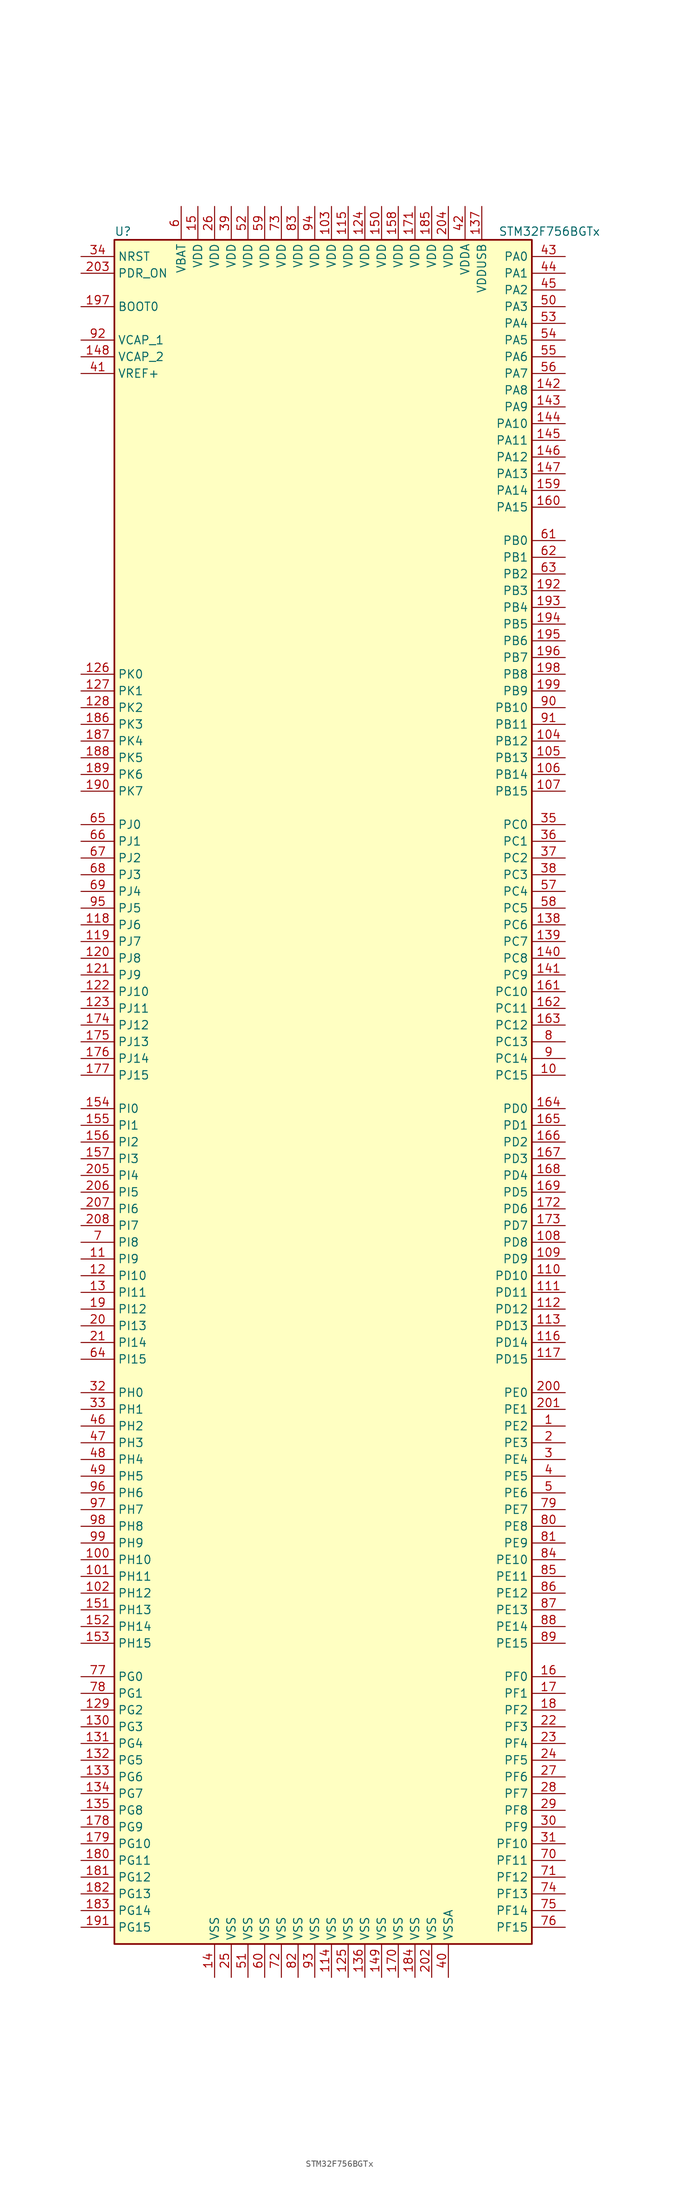
<source format=kicad_sym>
(kicad_symbol_lib
  (version 20201005)
  (generator kicad_symbol_editor)
  (symbol "STM32F756BGTx"
    (property "Reference" "U"
      (at -33.02 130.81 0)
      (effects (font (size 1.27 1.27)) (justify left)))
    (property "Value" "STM32F756BGTx"
      (at 25.4 130.81 0)
      (effects (font (size 1.27 1.27)) (justify left)))
    (symbol "STM32F756BGTx_0_1"
      (rectangle (start -33.02 -129.54) (end 30.48 129.54) (stroke (width 0.254)) (fill (type background))))
    (symbol "STM32F756BGTx_1_1"
      (pin bidirectional line (at 35.56 -50.8 180) (length 5.08) (name "PE2" (effects (font (size 1.27 1.27)))) (number "1" (effects (font (size 1.27 1.27)))))
      (pin bidirectional line (at 35.56 2.54 180) (length 5.08) (name "PC15" (effects (font (size 1.27 1.27)))) (number "10" (effects (font (size 1.27 1.27)))))
      (pin bidirectional line (at -38.1 -71.12 0) (length 5.08) (name "PH10" (effects (font (size 1.27 1.27)))) (number "100" (effects (font (size 1.27 1.27)))))
      (pin bidirectional line (at -38.1 -73.66 0) (length 5.08) (name "PH11" (effects (font (size 1.27 1.27)))) (number "101" (effects (font (size 1.27 1.27)))))
      (pin bidirectional line (at -38.1 -76.2 0) (length 5.08) (name "PH12" (effects (font (size 1.27 1.27)))) (number "102" (effects (font (size 1.27 1.27)))))
      (pin power_in line (at 0 134.62 270) (length 5.08) (name "VDD" (effects (font (size 1.27 1.27)))) (number "103" (effects (font (size 1.27 1.27)))))
      (pin bidirectional line (at 35.56 53.34 180) (length 5.08) (name "PB12" (effects (font (size 1.27 1.27)))) (number "104" (effects (font (size 1.27 1.27)))))
      (pin bidirectional line (at 35.56 50.8 180) (length 5.08) (name "PB13" (effects (font (size 1.27 1.27)))) (number "105" (effects (font (size 1.27 1.27)))))
      (pin bidirectional line (at 35.56 48.26 180) (length 5.08) (name "PB14" (effects (font (size 1.27 1.27)))) (number "106" (effects (font (size 1.27 1.27)))))
      (pin bidirectional line (at 35.56 45.72 180) (length 5.08) (name "PB15" (effects (font (size 1.27 1.27)))) (number "107" (effects (font (size 1.27 1.27)))))
      (pin bidirectional line (at 35.56 -22.86 180) (length 5.08) (name "PD8" (effects (font (size 1.27 1.27)))) (number "108" (effects (font (size 1.27 1.27)))))
      (pin bidirectional line (at 35.56 -25.4 180) (length 5.08) (name "PD9" (effects (font (size 1.27 1.27)))) (number "109" (effects (font (size 1.27 1.27)))))
      (pin bidirectional line (at -38.1 -25.4 0) (length 5.08) (name "PI9" (effects (font (size 1.27 1.27)))) (number "11" (effects (font (size 1.27 1.27)))))
      (pin bidirectional line (at 35.56 -27.94 180) (length 5.08) (name "PD10" (effects (font (size 1.27 1.27)))) (number "110" (effects (font (size 1.27 1.27)))))
      (pin bidirectional line (at 35.56 -30.48 180) (length 5.08) (name "PD11" (effects (font (size 1.27 1.27)))) (number "111" (effects (font (size 1.27 1.27)))))
      (pin bidirectional line (at 35.56 -33.02 180) (length 5.08) (name "PD12" (effects (font (size 1.27 1.27)))) (number "112" (effects (font (size 1.27 1.27)))))
      (pin bidirectional line (at 35.56 -35.56 180) (length 5.08) (name "PD13" (effects (font (size 1.27 1.27)))) (number "113" (effects (font (size 1.27 1.27)))))
      (pin power_in line (at 0 -134.62 90) (length 5.08) (name "VSS" (effects (font (size 1.27 1.27)))) (number "114" (effects (font (size 1.27 1.27)))))
      (pin power_in line (at 2.54 134.62 270) (length 5.08) (name "VDD" (effects (font (size 1.27 1.27)))) (number "115" (effects (font (size 1.27 1.27)))))
      (pin bidirectional line (at 35.56 -38.1 180) (length 5.08) (name "PD14" (effects (font (size 1.27 1.27)))) (number "116" (effects (font (size 1.27 1.27)))))
      (pin bidirectional line (at 35.56 -40.64 180) (length 5.08) (name "PD15" (effects (font (size 1.27 1.27)))) (number "117" (effects (font (size 1.27 1.27)))))
      (pin bidirectional line (at -38.1 25.4 0) (length 5.08) (name "PJ6" (effects (font (size 1.27 1.27)))) (number "118" (effects (font (size 1.27 1.27)))))
      (pin bidirectional line (at -38.1 22.86 0) (length 5.08) (name "PJ7" (effects (font (size 1.27 1.27)))) (number "119" (effects (font (size 1.27 1.27)))))
      (pin bidirectional line (at -38.1 -27.94 0) (length 5.08) (name "PI10" (effects (font (size 1.27 1.27)))) (number "12" (effects (font (size 1.27 1.27)))))
      (pin bidirectional line (at -38.1 20.32 0) (length 5.08) (name "PJ8" (effects (font (size 1.27 1.27)))) (number "120" (effects (font (size 1.27 1.27)))))
      (pin bidirectional line (at -38.1 17.78 0) (length 5.08) (name "PJ9" (effects (font (size 1.27 1.27)))) (number "121" (effects (font (size 1.27 1.27)))))
      (pin bidirectional line (at -38.1 15.24 0) (length 5.08) (name "PJ10" (effects (font (size 1.27 1.27)))) (number "122" (effects (font (size 1.27 1.27)))))
      (pin bidirectional line (at -38.1 12.7 0) (length 5.08) (name "PJ11" (effects (font (size 1.27 1.27)))) (number "123" (effects (font (size 1.27 1.27)))))
      (pin power_in line (at 5.08 134.62 270) (length 5.08) (name "VDD" (effects (font (size 1.27 1.27)))) (number "124" (effects (font (size 1.27 1.27)))))
      (pin power_in line (at 2.54 -134.62 90) (length 5.08) (name "VSS" (effects (font (size 1.27 1.27)))) (number "125" (effects (font (size 1.27 1.27)))))
      (pin bidirectional line (at -38.1 63.5 0) (length 5.08) (name "PK0" (effects (font (size 1.27 1.27)))) (number "126" (effects (font (size 1.27 1.27)))))
      (pin bidirectional line (at -38.1 60.96 0) (length 5.08) (name "PK1" (effects (font (size 1.27 1.27)))) (number "127" (effects (font (size 1.27 1.27)))))
      (pin bidirectional line (at -38.1 58.42 0) (length 5.08) (name "PK2" (effects (font (size 1.27 1.27)))) (number "128" (effects (font (size 1.27 1.27)))))
      (pin bidirectional line (at -38.1 -93.98 0) (length 5.08) (name "PG2" (effects (font (size 1.27 1.27)))) (number "129" (effects (font (size 1.27 1.27)))))
      (pin bidirectional line (at -38.1 -30.48 0) (length 5.08) (name "PI11" (effects (font (size 1.27 1.27)))) (number "13" (effects (font (size 1.27 1.27)))))
      (pin bidirectional line (at -38.1 -96.52 0) (length 5.08) (name "PG3" (effects (font (size 1.27 1.27)))) (number "130" (effects (font (size 1.27 1.27)))))
      (pin bidirectional line (at -38.1 -99.06 0) (length 5.08) (name "PG4" (effects (font (size 1.27 1.27)))) (number "131" (effects (font (size 1.27 1.27)))))
      (pin bidirectional line (at -38.1 -101.6 0) (length 5.08) (name "PG5" (effects (font (size 1.27 1.27)))) (number "132" (effects (font (size 1.27 1.27)))))
      (pin bidirectional line (at -38.1 -104.14 0) (length 5.08) (name "PG6" (effects (font (size 1.27 1.27)))) (number "133" (effects (font (size 1.27 1.27)))))
      (pin bidirectional line (at -38.1 -106.68 0) (length 5.08) (name "PG7" (effects (font (size 1.27 1.27)))) (number "134" (effects (font (size 1.27 1.27)))))
      (pin bidirectional line (at -38.1 -109.22 0) (length 5.08) (name "PG8" (effects (font (size 1.27 1.27)))) (number "135" (effects (font (size 1.27 1.27)))))
      (pin power_in line (at 5.08 -134.62 90) (length 5.08) (name "VSS" (effects (font (size 1.27 1.27)))) (number "136" (effects (font (size 1.27 1.27)))))
      (pin power_in line (at 22.86 134.62 270) (length 5.08) (name "VDDUSB" (effects (font (size 1.27 1.27)))) (number "137" (effects (font (size 1.27 1.27)))))
      (pin bidirectional line (at 35.56 25.4 180) (length 5.08) (name "PC6" (effects (font (size 1.27 1.27)))) (number "138" (effects (font (size 1.27 1.27)))))
      (pin bidirectional line (at 35.56 22.86 180) (length 5.08) (name "PC7" (effects (font (size 1.27 1.27)))) (number "139" (effects (font (size 1.27 1.27)))))
      (pin power_in line (at -17.78 -134.62 90) (length 5.08) (name "VSS" (effects (font (size 1.27 1.27)))) (number "14" (effects (font (size 1.27 1.27)))))
      (pin bidirectional line (at 35.56 20.32 180) (length 5.08) (name "PC8" (effects (font (size 1.27 1.27)))) (number "140" (effects (font (size 1.27 1.27)))))
      (pin bidirectional line (at 35.56 17.78 180) (length 5.08) (name "PC9" (effects (font (size 1.27 1.27)))) (number "141" (effects (font (size 1.27 1.27)))))
      (pin bidirectional line (at 35.56 106.68 180) (length 5.08) (name "PA8" (effects (font (size 1.27 1.27)))) (number "142" (effects (font (size 1.27 1.27)))))
      (pin bidirectional line (at 35.56 104.14 180) (length 5.08) (name "PA9" (effects (font (size 1.27 1.27)))) (number "143" (effects (font (size 1.27 1.27)))))
      (pin bidirectional line (at 35.56 101.6 180) (length 5.08) (name "PA10" (effects (font (size 1.27 1.27)))) (number "144" (effects (font (size 1.27 1.27)))))
      (pin bidirectional line (at 35.56 99.06 180) (length 5.08) (name "PA11" (effects (font (size 1.27 1.27)))) (number "145" (effects (font (size 1.27 1.27)))))
      (pin bidirectional line (at 35.56 96.52 180) (length 5.08) (name "PA12" (effects (font (size 1.27 1.27)))) (number "146" (effects (font (size 1.27 1.27)))))
      (pin bidirectional line (at 35.56 93.98 180) (length 5.08) (name "PA13" (effects (font (size 1.27 1.27)))) (number "147" (effects (font (size 1.27 1.27)))))
      (pin power_in line (at -38.1 111.76 0) (length 5.08) (name "VCAP_2" (effects (font (size 1.27 1.27)))) (number "148" (effects (font (size 1.27 1.27)))))
      (pin power_in line (at 7.62 -134.62 90) (length 5.08) (name "VSS" (effects (font (size 1.27 1.27)))) (number "149" (effects (font (size 1.27 1.27)))))
      (pin power_in line (at -20.32 134.62 270) (length 5.08) (name "VDD" (effects (font (size 1.27 1.27)))) (number "15" (effects (font (size 1.27 1.27)))))
      (pin power_in line (at 7.62 134.62 270) (length 5.08) (name "VDD" (effects (font (size 1.27 1.27)))) (number "150" (effects (font (size 1.27 1.27)))))
      (pin bidirectional line (at -38.1 -78.74 0) (length 5.08) (name "PH13" (effects (font (size 1.27 1.27)))) (number "151" (effects (font (size 1.27 1.27)))))
      (pin bidirectional line (at -38.1 -81.28 0) (length 5.08) (name "PH14" (effects (font (size 1.27 1.27)))) (number "152" (effects (font (size 1.27 1.27)))))
      (pin bidirectional line (at -38.1 -83.82 0) (length 5.08) (name "PH15" (effects (font (size 1.27 1.27)))) (number "153" (effects (font (size 1.27 1.27)))))
      (pin bidirectional line (at -38.1 -2.54 0) (length 5.08) (name "PI0" (effects (font (size 1.27 1.27)))) (number "154" (effects (font (size 1.27 1.27)))))
      (pin bidirectional line (at -38.1 -5.08 0) (length 5.08) (name "PI1" (effects (font (size 1.27 1.27)))) (number "155" (effects (font (size 1.27 1.27)))))
      (pin bidirectional line (at -38.1 -7.62 0) (length 5.08) (name "PI2" (effects (font (size 1.27 1.27)))) (number "156" (effects (font (size 1.27 1.27)))))
      (pin bidirectional line (at -38.1 -10.16 0) (length 5.08) (name "PI3" (effects (font (size 1.27 1.27)))) (number "157" (effects (font (size 1.27 1.27)))))
      (pin power_in line (at 10.16 134.62 270) (length 5.08) (name "VDD" (effects (font (size 1.27 1.27)))) (number "158" (effects (font (size 1.27 1.27)))))
      (pin bidirectional line (at 35.56 91.44 180) (length 5.08) (name "PA14" (effects (font (size 1.27 1.27)))) (number "159" (effects (font (size 1.27 1.27)))))
      (pin bidirectional line (at 35.56 -88.9 180) (length 5.08) (name "PF0" (effects (font (size 1.27 1.27)))) (number "16" (effects (font (size 1.27 1.27)))))
      (pin bidirectional line (at 35.56 88.9 180) (length 5.08) (name "PA15" (effects (font (size 1.27 1.27)))) (number "160" (effects (font (size 1.27 1.27)))))
      (pin bidirectional line (at 35.56 15.24 180) (length 5.08) (name "PC10" (effects (font (size 1.27 1.27)))) (number "161" (effects (font (size 1.27 1.27)))))
      (pin bidirectional line (at 35.56 12.7 180) (length 5.08) (name "PC11" (effects (font (size 1.27 1.27)))) (number "162" (effects (font (size 1.27 1.27)))))
      (pin bidirectional line (at 35.56 10.16 180) (length 5.08) (name "PC12" (effects (font (size 1.27 1.27)))) (number "163" (effects (font (size 1.27 1.27)))))
      (pin bidirectional line (at 35.56 -2.54 180) (length 5.08) (name "PD0" (effects (font (size 1.27 1.27)))) (number "164" (effects (font (size 1.27 1.27)))))
      (pin bidirectional line (at 35.56 -5.08 180) (length 5.08) (name "PD1" (effects (font (size 1.27 1.27)))) (number "165" (effects (font (size 1.27 1.27)))))
      (pin bidirectional line (at 35.56 -7.62 180) (length 5.08) (name "PD2" (effects (font (size 1.27 1.27)))) (number "166" (effects (font (size 1.27 1.27)))))
      (pin bidirectional line (at 35.56 -10.16 180) (length 5.08) (name "PD3" (effects (font (size 1.27 1.27)))) (number "167" (effects (font (size 1.27 1.27)))))
      (pin bidirectional line (at 35.56 -12.7 180) (length 5.08) (name "PD4" (effects (font (size 1.27 1.27)))) (number "168" (effects (font (size 1.27 1.27)))))
      (pin bidirectional line (at 35.56 -15.24 180) (length 5.08) (name "PD5" (effects (font (size 1.27 1.27)))) (number "169" (effects (font (size 1.27 1.27)))))
      (pin bidirectional line (at 35.56 -91.44 180) (length 5.08) (name "PF1" (effects (font (size 1.27 1.27)))) (number "17" (effects (font (size 1.27 1.27)))))
      (pin power_in line (at 10.16 -134.62 90) (length 5.08) (name "VSS" (effects (font (size 1.27 1.27)))) (number "170" (effects (font (size 1.27 1.27)))))
      (pin power_in line (at 12.7 134.62 270) (length 5.08) (name "VDD" (effects (font (size 1.27 1.27)))) (number "171" (effects (font (size 1.27 1.27)))))
      (pin bidirectional line (at 35.56 -17.78 180) (length 5.08) (name "PD6" (effects (font (size 1.27 1.27)))) (number "172" (effects (font (size 1.27 1.27)))))
      (pin bidirectional line (at 35.56 -20.32 180) (length 5.08) (name "PD7" (effects (font (size 1.27 1.27)))) (number "173" (effects (font (size 1.27 1.27)))))
      (pin bidirectional line (at -38.1 10.16 0) (length 5.08) (name "PJ12" (effects (font (size 1.27 1.27)))) (number "174" (effects (font (size 1.27 1.27)))))
      (pin bidirectional line (at -38.1 7.62 0) (length 5.08) (name "PJ13" (effects (font (size 1.27 1.27)))) (number "175" (effects (font (size 1.27 1.27)))))
      (pin bidirectional line (at -38.1 5.08 0) (length 5.08) (name "PJ14" (effects (font (size 1.27 1.27)))) (number "176" (effects (font (size 1.27 1.27)))))
      (pin bidirectional line (at -38.1 2.54 0) (length 5.08) (name "PJ15" (effects (font (size 1.27 1.27)))) (number "177" (effects (font (size 1.27 1.27)))))
      (pin bidirectional line (at -38.1 -111.76 0) (length 5.08) (name "PG9" (effects (font (size 1.27 1.27)))) (number "178" (effects (font (size 1.27 1.27)))))
      (pin bidirectional line (at -38.1 -114.3 0) (length 5.08) (name "PG10" (effects (font (size 1.27 1.27)))) (number "179" (effects (font (size 1.27 1.27)))))
      (pin bidirectional line (at 35.56 -93.98 180) (length 5.08) (name "PF2" (effects (font (size 1.27 1.27)))) (number "18" (effects (font (size 1.27 1.27)))))
      (pin bidirectional line (at -38.1 -116.84 0) (length 5.08) (name "PG11" (effects (font (size 1.27 1.27)))) (number "180" (effects (font (size 1.27 1.27)))))
      (pin bidirectional line (at -38.1 -119.38 0) (length 5.08) (name "PG12" (effects (font (size 1.27 1.27)))) (number "181" (effects (font (size 1.27 1.27)))))
      (pin bidirectional line (at -38.1 -121.92 0) (length 5.08) (name "PG13" (effects (font (size 1.27 1.27)))) (number "182" (effects (font (size 1.27 1.27)))))
      (pin bidirectional line (at -38.1 -124.46 0) (length 5.08) (name "PG14" (effects (font (size 1.27 1.27)))) (number "183" (effects (font (size 1.27 1.27)))))
      (pin power_in line (at 12.7 -134.62 90) (length 5.08) (name "VSS" (effects (font (size 1.27 1.27)))) (number "184" (effects (font (size 1.27 1.27)))))
      (pin power_in line (at 15.24 134.62 270) (length 5.08) (name "VDD" (effects (font (size 1.27 1.27)))) (number "185" (effects (font (size 1.27 1.27)))))
      (pin bidirectional line (at -38.1 55.88 0) (length 5.08) (name "PK3" (effects (font (size 1.27 1.27)))) (number "186" (effects (font (size 1.27 1.27)))))
      (pin bidirectional line (at -38.1 53.34 0) (length 5.08) (name "PK4" (effects (font (size 1.27 1.27)))) (number "187" (effects (font (size 1.27 1.27)))))
      (pin bidirectional line (at -38.1 50.8 0) (length 5.08) (name "PK5" (effects (font (size 1.27 1.27)))) (number "188" (effects (font (size 1.27 1.27)))))
      (pin bidirectional line (at -38.1 48.26 0) (length 5.08) (name "PK6" (effects (font (size 1.27 1.27)))) (number "189" (effects (font (size 1.27 1.27)))))
      (pin bidirectional line (at -38.1 -33.02 0) (length 5.08) (name "PI12" (effects (font (size 1.27 1.27)))) (number "19" (effects (font (size 1.27 1.27)))))
      (pin bidirectional line (at -38.1 45.72 0) (length 5.08) (name "PK7" (effects (font (size 1.27 1.27)))) (number "190" (effects (font (size 1.27 1.27)))))
      (pin bidirectional line (at -38.1 -127 0) (length 5.08) (name "PG15" (effects (font (size 1.27 1.27)))) (number "191" (effects (font (size 1.27 1.27)))))
      (pin bidirectional line (at 35.56 76.2 180) (length 5.08) (name "PB3" (effects (font (size 1.27 1.27)))) (number "192" (effects (font (size 1.27 1.27)))))
      (pin bidirectional line (at 35.56 73.66 180) (length 5.08) (name "PB4" (effects (font (size 1.27 1.27)))) (number "193" (effects (font (size 1.27 1.27)))))
      (pin bidirectional line (at 35.56 71.12 180) (length 5.08) (name "PB5" (effects (font (size 1.27 1.27)))) (number "194" (effects (font (size 1.27 1.27)))))
      (pin bidirectional line (at 35.56 68.58 180) (length 5.08) (name "PB6" (effects (font (size 1.27 1.27)))) (number "195" (effects (font (size 1.27 1.27)))))
      (pin bidirectional line (at 35.56 66.04 180) (length 5.08) (name "PB7" (effects (font (size 1.27 1.27)))) (number "196" (effects (font (size 1.27 1.27)))))
      (pin input line (at -38.1 119.38 0) (length 5.08) (name "BOOT0" (effects (font (size 1.27 1.27)))) (number "197" (effects (font (size 1.27 1.27)))))
      (pin bidirectional line (at 35.56 63.5 180) (length 5.08) (name "PB8" (effects (font (size 1.27 1.27)))) (number "198" (effects (font (size 1.27 1.27)))))
      (pin bidirectional line (at 35.56 60.96 180) (length 5.08) (name "PB9" (effects (font (size 1.27 1.27)))) (number "199" (effects (font (size 1.27 1.27)))))
      (pin bidirectional line (at 35.56 -53.34 180) (length 5.08) (name "PE3" (effects (font (size 1.27 1.27)))) (number "2" (effects (font (size 1.27 1.27)))))
      (pin bidirectional line (at -38.1 -35.56 0) (length 5.08) (name "PI13" (effects (font (size 1.27 1.27)))) (number "20" (effects (font (size 1.27 1.27)))))
      (pin bidirectional line (at 35.56 -45.72 180) (length 5.08) (name "PE0" (effects (font (size 1.27 1.27)))) (number "200" (effects (font (size 1.27 1.27)))))
      (pin bidirectional line (at 35.56 -48.26 180) (length 5.08) (name "PE1" (effects (font (size 1.27 1.27)))) (number "201" (effects (font (size 1.27 1.27)))))
      (pin power_in line (at 15.24 -134.62 90) (length 5.08) (name "VSS" (effects (font (size 1.27 1.27)))) (number "202" (effects (font (size 1.27 1.27)))))
      (pin input line (at -38.1 124.46 0) (length 5.08) (name "PDR_ON" (effects (font (size 1.27 1.27)))) (number "203" (effects (font (size 1.27 1.27)))))
      (pin power_in line (at 17.78 134.62 270) (length 5.08) (name "VDD" (effects (font (size 1.27 1.27)))) (number "204" (effects (font (size 1.27 1.27)))))
      (pin bidirectional line (at -38.1 -12.7 0) (length 5.08) (name "PI4" (effects (font (size 1.27 1.27)))) (number "205" (effects (font (size 1.27 1.27)))))
      (pin bidirectional line (at -38.1 -15.24 0) (length 5.08) (name "PI5" (effects (font (size 1.27 1.27)))) (number "206" (effects (font (size 1.27 1.27)))))
      (pin bidirectional line (at -38.1 -17.78 0) (length 5.08) (name "PI6" (effects (font (size 1.27 1.27)))) (number "207" (effects (font (size 1.27 1.27)))))
      (pin bidirectional line (at -38.1 -20.32 0) (length 5.08) (name "PI7" (effects (font (size 1.27 1.27)))) (number "208" (effects (font (size 1.27 1.27)))))
      (pin bidirectional line (at -38.1 -38.1 0) (length 5.08) (name "PI14" (effects (font (size 1.27 1.27)))) (number "21" (effects (font (size 1.27 1.27)))))
      (pin bidirectional line (at 35.56 -96.52 180) (length 5.08) (name "PF3" (effects (font (size 1.27 1.27)))) (number "22" (effects (font (size 1.27 1.27)))))
      (pin bidirectional line (at 35.56 -99.06 180) (length 5.08) (name "PF4" (effects (font (size 1.27 1.27)))) (number "23" (effects (font (size 1.27 1.27)))))
      (pin bidirectional line (at 35.56 -101.6 180) (length 5.08) (name "PF5" (effects (font (size 1.27 1.27)))) (number "24" (effects (font (size 1.27 1.27)))))
      (pin power_in line (at -15.24 -134.62 90) (length 5.08) (name "VSS" (effects (font (size 1.27 1.27)))) (number "25" (effects (font (size 1.27 1.27)))))
      (pin power_in line (at -17.78 134.62 270) (length 5.08) (name "VDD" (effects (font (size 1.27 1.27)))) (number "26" (effects (font (size 1.27 1.27)))))
      (pin bidirectional line (at 35.56 -104.14 180) (length 5.08) (name "PF6" (effects (font (size 1.27 1.27)))) (number "27" (effects (font (size 1.27 1.27)))))
      (pin bidirectional line (at 35.56 -106.68 180) (length 5.08) (name "PF7" (effects (font (size 1.27 1.27)))) (number "28" (effects (font (size 1.27 1.27)))))
      (pin bidirectional line (at 35.56 -109.22 180) (length 5.08) (name "PF8" (effects (font (size 1.27 1.27)))) (number "29" (effects (font (size 1.27 1.27)))))
      (pin bidirectional line (at 35.56 -55.88 180) (length 5.08) (name "PE4" (effects (font (size 1.27 1.27)))) (number "3" (effects (font (size 1.27 1.27)))))
      (pin bidirectional line (at 35.56 -111.76 180) (length 5.08) (name "PF9" (effects (font (size 1.27 1.27)))) (number "30" (effects (font (size 1.27 1.27)))))
      (pin bidirectional line (at 35.56 -114.3 180) (length 5.08) (name "PF10" (effects (font (size 1.27 1.27)))) (number "31" (effects (font (size 1.27 1.27)))))
      (pin input line (at -38.1 -45.72 0) (length 5.08) (name "PH0" (effects (font (size 1.27 1.27)))) (number "32" (effects (font (size 1.27 1.27)))))
      (pin input line (at -38.1 -48.26 0) (length 5.08) (name "PH1" (effects (font (size 1.27 1.27)))) (number "33" (effects (font (size 1.27 1.27)))))
      (pin input line (at -38.1 127 0) (length 5.08) (name "NRST" (effects (font (size 1.27 1.27)))) (number "34" (effects (font (size 1.27 1.27)))))
      (pin bidirectional line (at 35.56 40.64 180) (length 5.08) (name "PC0" (effects (font (size 1.27 1.27)))) (number "35" (effects (font (size 1.27 1.27)))))
      (pin bidirectional line (at 35.56 38.1 180) (length 5.08) (name "PC1" (effects (font (size 1.27 1.27)))) (number "36" (effects (font (size 1.27 1.27)))))
      (pin bidirectional line (at 35.56 35.56 180) (length 5.08) (name "PC2" (effects (font (size 1.27 1.27)))) (number "37" (effects (font (size 1.27 1.27)))))
      (pin bidirectional line (at 35.56 33.02 180) (length 5.08) (name "PC3" (effects (font (size 1.27 1.27)))) (number "38" (effects (font (size 1.27 1.27)))))
      (pin power_in line (at -15.24 134.62 270) (length 5.08) (name "VDD" (effects (font (size 1.27 1.27)))) (number "39" (effects (font (size 1.27 1.27)))))
      (pin bidirectional line (at 35.56 -58.42 180) (length 5.08) (name "PE5" (effects (font (size 1.27 1.27)))) (number "4" (effects (font (size 1.27 1.27)))))
      (pin power_in line (at 17.78 -134.62 90) (length 5.08) (name "VSSA" (effects (font (size 1.27 1.27)))) (number "40" (effects (font (size 1.27 1.27)))))
      (pin power_in line (at -38.1 109.22 0) (length 5.08) (name "VREF+" (effects (font (size 1.27 1.27)))) (number "41" (effects (font (size 1.27 1.27)))))
      (pin power_in line (at 20.32 134.62 270) (length 5.08) (name "VDDA" (effects (font (size 1.27 1.27)))) (number "42" (effects (font (size 1.27 1.27)))))
      (pin bidirectional line (at 35.56 127 180) (length 5.08) (name "PA0" (effects (font (size 1.27 1.27)))) (number "43" (effects (font (size 1.27 1.27)))))
      (pin bidirectional line (at 35.56 124.46 180) (length 5.08) (name "PA1" (effects (font (size 1.27 1.27)))) (number "44" (effects (font (size 1.27 1.27)))))
      (pin bidirectional line (at 35.56 121.92 180) (length 5.08) (name "PA2" (effects (font (size 1.27 1.27)))) (number "45" (effects (font (size 1.27 1.27)))))
      (pin bidirectional line (at -38.1 -50.8 0) (length 5.08) (name "PH2" (effects (font (size 1.27 1.27)))) (number "46" (effects (font (size 1.27 1.27)))))
      (pin bidirectional line (at -38.1 -53.34 0) (length 5.08) (name "PH3" (effects (font (size 1.27 1.27)))) (number "47" (effects (font (size 1.27 1.27)))))
      (pin bidirectional line (at -38.1 -55.88 0) (length 5.08) (name "PH4" (effects (font (size 1.27 1.27)))) (number "48" (effects (font (size 1.27 1.27)))))
      (pin bidirectional line (at -38.1 -58.42 0) (length 5.08) (name "PH5" (effects (font (size 1.27 1.27)))) (number "49" (effects (font (size 1.27 1.27)))))
      (pin bidirectional line (at 35.56 -60.96 180) (length 5.08) (name "PE6" (effects (font (size 1.27 1.27)))) (number "5" (effects (font (size 1.27 1.27)))))
      (pin bidirectional line (at 35.56 119.38 180) (length 5.08) (name "PA3" (effects (font (size 1.27 1.27)))) (number "50" (effects (font (size 1.27 1.27)))))
      (pin power_in line (at -12.7 -134.62 90) (length 5.08) (name "VSS" (effects (font (size 1.27 1.27)))) (number "51" (effects (font (size 1.27 1.27)))))
      (pin power_in line (at -12.7 134.62 270) (length 5.08) (name "VDD" (effects (font (size 1.27 1.27)))) (number "52" (effects (font (size 1.27 1.27)))))
      (pin bidirectional line (at 35.56 116.84 180) (length 5.08) (name "PA4" (effects (font (size 1.27 1.27)))) (number "53" (effects (font (size 1.27 1.27)))))
      (pin bidirectional line (at 35.56 114.3 180) (length 5.08) (name "PA5" (effects (font (size 1.27 1.27)))) (number "54" (effects (font (size 1.27 1.27)))))
      (pin bidirectional line (at 35.56 111.76 180) (length 5.08) (name "PA6" (effects (font (size 1.27 1.27)))) (number "55" (effects (font (size 1.27 1.27)))))
      (pin bidirectional line (at 35.56 109.22 180) (length 5.08) (name "PA7" (effects (font (size 1.27 1.27)))) (number "56" (effects (font (size 1.27 1.27)))))
      (pin bidirectional line (at 35.56 30.48 180) (length 5.08) (name "PC4" (effects (font (size 1.27 1.27)))) (number "57" (effects (font (size 1.27 1.27)))))
      (pin bidirectional line (at 35.56 27.94 180) (length 5.08) (name "PC5" (effects (font (size 1.27 1.27)))) (number "58" (effects (font (size 1.27 1.27)))))
      (pin power_in line (at -10.16 134.62 270) (length 5.08) (name "VDD" (effects (font (size 1.27 1.27)))) (number "59" (effects (font (size 1.27 1.27)))))
      (pin power_in line (at -22.86 134.62 270) (length 5.08) (name "VBAT" (effects (font (size 1.27 1.27)))) (number "6" (effects (font (size 1.27 1.27)))))
      (pin power_in line (at -10.16 -134.62 90) (length 5.08) (name "VSS" (effects (font (size 1.27 1.27)))) (number "60" (effects (font (size 1.27 1.27)))))
      (pin bidirectional line (at 35.56 83.82 180) (length 5.08) (name "PB0" (effects (font (size 1.27 1.27)))) (number "61" (effects (font (size 1.27 1.27)))))
      (pin bidirectional line (at 35.56 81.28 180) (length 5.08) (name "PB1" (effects (font (size 1.27 1.27)))) (number "62" (effects (font (size 1.27 1.27)))))
      (pin bidirectional line (at 35.56 78.74 180) (length 5.08) (name "PB2" (effects (font (size 1.27 1.27)))) (number "63" (effects (font (size 1.27 1.27)))))
      (pin bidirectional line (at -38.1 -40.64 0) (length 5.08) (name "PI15" (effects (font (size 1.27 1.27)))) (number "64" (effects (font (size 1.27 1.27)))))
      (pin bidirectional line (at -38.1 40.64 0) (length 5.08) (name "PJ0" (effects (font (size 1.27 1.27)))) (number "65" (effects (font (size 1.27 1.27)))))
      (pin bidirectional line (at -38.1 38.1 0) (length 5.08) (name "PJ1" (effects (font (size 1.27 1.27)))) (number "66" (effects (font (size 1.27 1.27)))))
      (pin bidirectional line (at -38.1 35.56 0) (length 5.08) (name "PJ2" (effects (font (size 1.27 1.27)))) (number "67" (effects (font (size 1.27 1.27)))))
      (pin bidirectional line (at -38.1 33.02 0) (length 5.08) (name "PJ3" (effects (font (size 1.27 1.27)))) (number "68" (effects (font (size 1.27 1.27)))))
      (pin bidirectional line (at -38.1 30.48 0) (length 5.08) (name "PJ4" (effects (font (size 1.27 1.27)))) (number "69" (effects (font (size 1.27 1.27)))))
      (pin bidirectional line (at -38.1 -22.86 0) (length 5.08) (name "PI8" (effects (font (size 1.27 1.27)))) (number "7" (effects (font (size 1.27 1.27)))))
      (pin bidirectional line (at 35.56 -116.84 180) (length 5.08) (name "PF11" (effects (font (size 1.27 1.27)))) (number "70" (effects (font (size 1.27 1.27)))))
      (pin bidirectional line (at 35.56 -119.38 180) (length 5.08) (name "PF12" (effects (font (size 1.27 1.27)))) (number "71" (effects (font (size 1.27 1.27)))))
      (pin power_in line (at -7.62 -134.62 90) (length 5.08) (name "VSS" (effects (font (size 1.27 1.27)))) (number "72" (effects (font (size 1.27 1.27)))))
      (pin power_in line (at -7.62 134.62 270) (length 5.08) (name "VDD" (effects (font (size 1.27 1.27)))) (number "73" (effects (font (size 1.27 1.27)))))
      (pin bidirectional line (at 35.56 -121.92 180) (length 5.08) (name "PF13" (effects (font (size 1.27 1.27)))) (number "74" (effects (font (size 1.27 1.27)))))
      (pin bidirectional line (at 35.56 -124.46 180) (length 5.08) (name "PF14" (effects (font (size 1.27 1.27)))) (number "75" (effects (font (size 1.27 1.27)))))
      (pin bidirectional line (at 35.56 -127 180) (length 5.08) (name "PF15" (effects (font (size 1.27 1.27)))) (number "76" (effects (font (size 1.27 1.27)))))
      (pin bidirectional line (at -38.1 -88.9 0) (length 5.08) (name "PG0" (effects (font (size 1.27 1.27)))) (number "77" (effects (font (size 1.27 1.27)))))
      (pin bidirectional line (at -38.1 -91.44 0) (length 5.08) (name "PG1" (effects (font (size 1.27 1.27)))) (number "78" (effects (font (size 1.27 1.27)))))
      (pin bidirectional line (at 35.56 -63.5 180) (length 5.08) (name "PE7" (effects (font (size 1.27 1.27)))) (number "79" (effects (font (size 1.27 1.27)))))
      (pin bidirectional line (at 35.56 7.62 180) (length 5.08) (name "PC13" (effects (font (size 1.27 1.27)))) (number "8" (effects (font (size 1.27 1.27)))))
      (pin bidirectional line (at 35.56 -66.04 180) (length 5.08) (name "PE8" (effects (font (size 1.27 1.27)))) (number "80" (effects (font (size 1.27 1.27)))))
      (pin bidirectional line (at 35.56 -68.58 180) (length 5.08) (name "PE9" (effects (font (size 1.27 1.27)))) (number "81" (effects (font (size 1.27 1.27)))))
      (pin power_in line (at -5.08 -134.62 90) (length 5.08) (name "VSS" (effects (font (size 1.27 1.27)))) (number "82" (effects (font (size 1.27 1.27)))))
      (pin power_in line (at -5.08 134.62 270) (length 5.08) (name "VDD" (effects (font (size 1.27 1.27)))) (number "83" (effects (font (size 1.27 1.27)))))
      (pin bidirectional line (at 35.56 -71.12 180) (length 5.08) (name "PE10" (effects (font (size 1.27 1.27)))) (number "84" (effects (font (size 1.27 1.27)))))
      (pin bidirectional line (at 35.56 -73.66 180) (length 5.08) (name "PE11" (effects (font (size 1.27 1.27)))) (number "85" (effects (font (size 1.27 1.27)))))
      (pin bidirectional line (at 35.56 -76.2 180) (length 5.08) (name "PE12" (effects (font (size 1.27 1.27)))) (number "86" (effects (font (size 1.27 1.27)))))
      (pin bidirectional line (at 35.56 -78.74 180) (length 5.08) (name "PE13" (effects (font (size 1.27 1.27)))) (number "87" (effects (font (size 1.27 1.27)))))
      (pin bidirectional line (at 35.56 -81.28 180) (length 5.08) (name "PE14" (effects (font (size 1.27 1.27)))) (number "88" (effects (font (size 1.27 1.27)))))
      (pin bidirectional line (at 35.56 -83.82 180) (length 5.08) (name "PE15" (effects (font (size 1.27 1.27)))) (number "89" (effects (font (size 1.27 1.27)))))
      (pin bidirectional line (at 35.56 5.08 180) (length 5.08) (name "PC14" (effects (font (size 1.27 1.27)))) (number "9" (effects (font (size 1.27 1.27)))))
      (pin bidirectional line (at 35.56 58.42 180) (length 5.08) (name "PB10" (effects (font (size 1.27 1.27)))) (number "90" (effects (font (size 1.27 1.27)))))
      (pin bidirectional line (at 35.56 55.88 180) (length 5.08) (name "PB11" (effects (font (size 1.27 1.27)))) (number "91" (effects (font (size 1.27 1.27)))))
      (pin power_in line (at -38.1 114.3 0) (length 5.08) (name "VCAP_1" (effects (font (size 1.27 1.27)))) (number "92" (effects (font (size 1.27 1.27)))))
      (pin power_in line (at -2.54 -134.62 90) (length 5.08) (name "VSS" (effects (font (size 1.27 1.27)))) (number "93" (effects (font (size 1.27 1.27)))))
      (pin power_in line (at -2.54 134.62 270) (length 5.08) (name "VDD" (effects (font (size 1.27 1.27)))) (number "94" (effects (font (size 1.27 1.27)))))
      (pin bidirectional line (at -38.1 27.94 0) (length 5.08) (name "PJ5" (effects (font (size 1.27 1.27)))) (number "95" (effects (font (size 1.27 1.27)))))
      (pin bidirectional line (at -38.1 -60.96 0) (length 5.08) (name "PH6" (effects (font (size 1.27 1.27)))) (number "96" (effects (font (size 1.27 1.27)))))
      (pin bidirectional line (at -38.1 -63.5 0) (length 5.08) (name "PH7" (effects (font (size 1.27 1.27)))) (number "97" (effects (font (size 1.27 1.27)))))
      (pin bidirectional line (at -38.1 -66.04 0) (length 5.08) (name "PH8" (effects (font (size 1.27 1.27)))) (number "98" (effects (font (size 1.27 1.27)))))
      (pin bidirectional line (at -38.1 -68.58 0) (length 5.08) (name "PH9" (effects (font (size 1.27 1.27)))) (number "99" (effects (font (size 1.27 1.27))))))))
</source>
